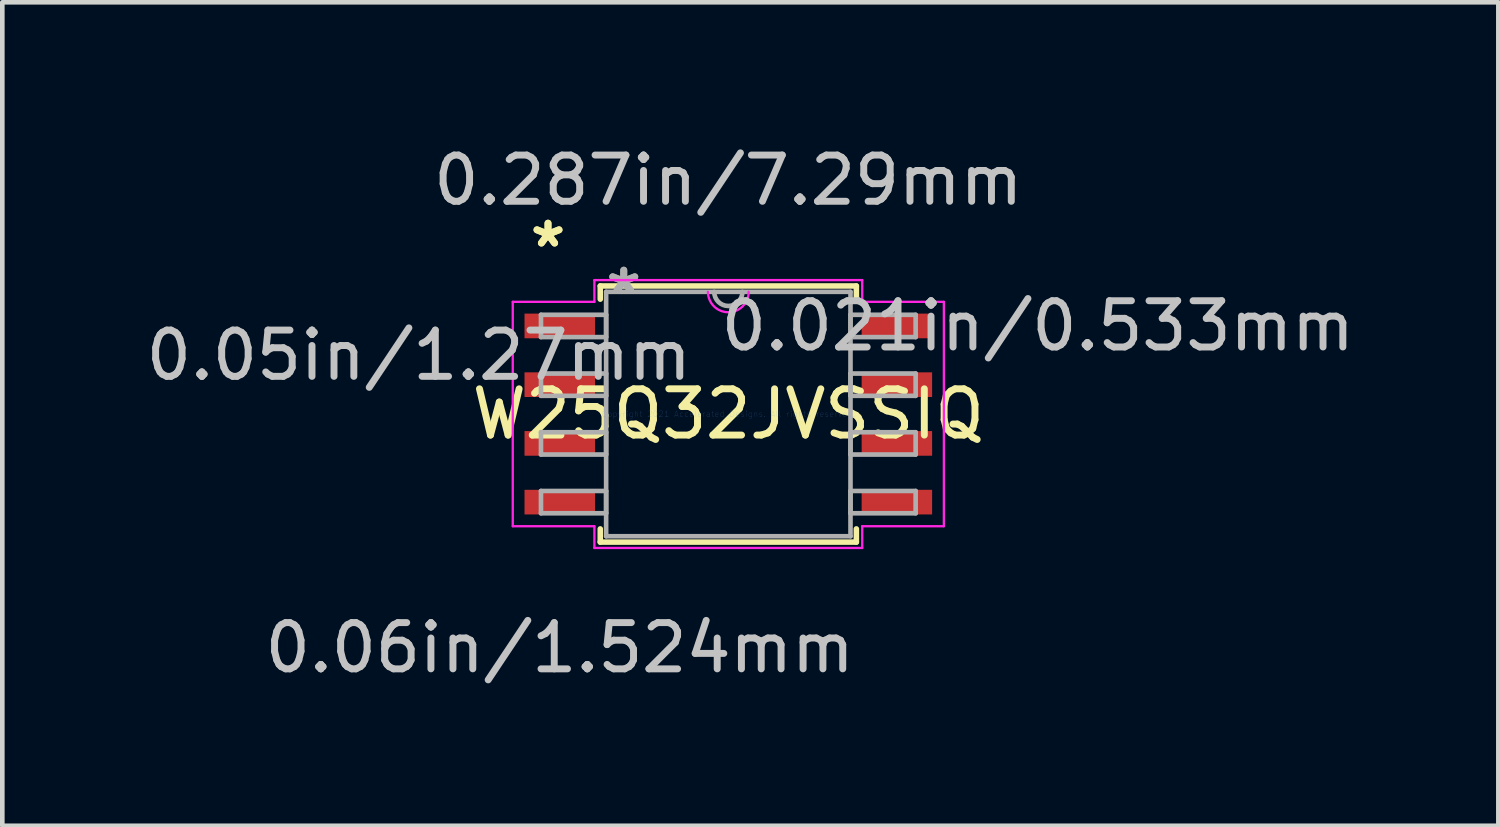
<source format=kicad_pcb>
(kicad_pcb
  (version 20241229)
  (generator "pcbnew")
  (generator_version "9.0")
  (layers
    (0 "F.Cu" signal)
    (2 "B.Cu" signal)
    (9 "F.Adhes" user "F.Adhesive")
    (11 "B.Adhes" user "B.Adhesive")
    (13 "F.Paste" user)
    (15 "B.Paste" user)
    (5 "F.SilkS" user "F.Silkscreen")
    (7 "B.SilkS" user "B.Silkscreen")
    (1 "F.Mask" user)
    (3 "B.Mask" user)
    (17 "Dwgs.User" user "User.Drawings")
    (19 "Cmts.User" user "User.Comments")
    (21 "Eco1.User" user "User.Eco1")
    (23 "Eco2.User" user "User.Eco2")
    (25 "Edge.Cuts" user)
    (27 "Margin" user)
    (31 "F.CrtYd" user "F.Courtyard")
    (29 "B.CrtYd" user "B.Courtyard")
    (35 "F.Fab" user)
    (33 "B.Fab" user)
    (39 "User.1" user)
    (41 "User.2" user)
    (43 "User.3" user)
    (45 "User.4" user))
  (footprint "W25Q32JVSSIQ"
    (layer "F.Cu")
    (at 12.699 5.903)
    (property "Reference" "W25Q32JVSSIQ" (at 0 0 0) (layer "F.SilkS") (effects (font (size 1 1) (thickness 0.15))))
    (attr through_hole)
    (fp_line (start -2.769 -2.769) (end -2.769 -2.484) (stroke (width 0.12) (type solid)) (layer "F.SilkS"))
    (fp_line (start -2.769 2.484) (end -2.769 2.769) (stroke (width 0.12) (type solid)) (layer "F.SilkS"))
    (fp_line (start -2.769 2.769) (end 2.769 2.769) (stroke (width 0.12) (type solid)) (layer "F.SilkS"))
    (fp_line (start 2.769 -2.769) (end -2.769 -2.769) (stroke (width 0.12) (type solid)) (layer "F.SilkS"))
    (fp_line (start 2.769 -2.484) (end 2.769 -2.769) (stroke (width 0.12) (type solid)) (layer "F.SilkS"))
    (fp_line (start 2.769 2.769) (end 2.769 2.484) (stroke (width 0.12) (type solid)) (layer "F.SilkS"))
    (fp_line (start -4.661 -2.426) (end -2.896 -2.426) (stroke (width 0.05) (type solid)) (layer "F.CrtYd"))
    (fp_line (start -4.661 2.426) (end -4.661 -2.426) (stroke (width 0.05) (type solid)) (layer "F.CrtYd"))
    (fp_line (start -2.896 -2.896) (end 2.896 -2.896) (stroke (width 0.05) (type solid)) (layer "F.CrtYd"))
    (fp_line (start -2.896 -2.426) (end -2.896 -2.896) (stroke (width 0.05) (type solid)) (layer "F.CrtYd"))
    (fp_line (start -2.896 2.426) (end -4.661 2.426) (stroke (width 0.05) (type solid)) (layer "F.CrtYd"))
    (fp_line (start -2.896 2.896) (end -2.896 2.426) (stroke (width 0.05) (type solid)) (layer "F.CrtYd"))
    (fp_line (start 2.896 -2.896) (end 2.896 -2.426) (stroke (width 0.05) (type solid)) (layer "F.CrtYd"))
    (fp_line (start 2.896 -2.426) (end 4.661 -2.426) (stroke (width 0.05) (type solid)) (layer "F.CrtYd"))
    (fp_line (start 2.896 2.426) (end 2.896 2.896) (stroke (width 0.05) (type solid)) (layer "F.CrtYd"))
    (fp_line (start 2.896 2.896) (end -2.896 2.896) (stroke (width 0.05) (type solid)) (layer "F.CrtYd"))
    (fp_line (start 4.661 -2.426) (end 4.661 2.426) (stroke (width 0.05) (type solid)) (layer "F.CrtYd"))
    (fp_line (start 4.661 2.426) (end 2.896 2.426) (stroke (width 0.05) (type solid)) (layer "F.CrtYd"))
    (fp_arc (start 0.440267 -2.6416) (mid 0 -2.201333) (end -0.440267 -2.6416) (stroke (width 0.05) (type solid)) (layer "F.CrtYd"))
    (fp_line (start -4.051 -2.146) (end -4.051 -1.664) (stroke (width 0.1) (type solid)) (layer "F.Fab"))
    (fp_line (start -4.051 -1.664) (end -2.642 -1.664) (stroke (width 0.1) (type solid)) (layer "F.Fab"))
    (fp_line (start -4.051 -0.876) (end -4.051 -0.394) (stroke (width 0.1) (type solid)) (layer "F.Fab"))
    (fp_line (start -4.051 -0.394) (end -2.642 -0.394) (stroke (width 0.1) (type solid)) (layer "F.Fab"))
    (fp_line (start -4.051 0.394) (end -4.051 0.876) (stroke (width 0.1) (type solid)) (layer "F.Fab"))
    (fp_line (start -4.051 0.876) (end -2.642 0.876) (stroke (width 0.1) (type solid)) (layer "F.Fab"))
    (fp_line (start -4.051 1.664) (end -4.051 2.146) (stroke (width 0.1) (type solid)) (layer "F.Fab"))
    (fp_line (start -4.051 2.146) (end -2.642 2.146) (stroke (width 0.1) (type solid)) (layer "F.Fab"))
    (fp_line (start -2.642 -2.642) (end -2.642 2.642) (stroke (width 0.1) (type solid)) (layer "F.Fab"))
    (fp_line (start -2.642 -2.146) (end -4.051 -2.146) (stroke (width 0.1) (type solid)) (layer "F.Fab"))
    (fp_line (start -2.642 -1.664) (end -2.642 -2.146) (stroke (width 0.1) (type solid)) (layer "F.Fab"))
    (fp_line (start -2.642 -0.876) (end -4.051 -0.876) (stroke (width 0.1) (type solid)) (layer "F.Fab"))
    (fp_line (start -2.642 -0.394) (end -2.642 -0.876) (stroke (width 0.1) (type solid)) (layer "F.Fab"))
    (fp_line (start -2.642 0.394) (end -4.051 0.394) (stroke (width 0.1) (type solid)) (layer "F.Fab"))
    (fp_line (start -2.642 0.876) (end -2.642 0.394) (stroke (width 0.1) (type solid)) (layer "F.Fab"))
    (fp_line (start -2.642 1.664) (end -4.051 1.664) (stroke (width 0.1) (type solid)) (layer "F.Fab"))
    (fp_line (start -2.642 2.146) (end -2.642 1.664) (stroke (width 0.1) (type solid)) (layer "F.Fab"))
    (fp_line (start -2.642 2.642) (end 2.642 2.642) (stroke (width 0.1) (type solid)) (layer "F.Fab"))
    (fp_line (start 2.642 -2.642) (end -2.642 -2.642) (stroke (width 0.1) (type solid)) (layer "F.Fab"))
    (fp_line (start 2.642 -2.146) (end 2.642 -1.664) (stroke (width 0.1) (type solid)) (layer "F.Fab"))
    (fp_line (start 2.642 -1.664) (end 4.051 -1.664) (stroke (width 0.1) (type solid)) (layer "F.Fab"))
    (fp_line (start 2.642 -0.876) (end 2.642 -0.394) (stroke (width 0.1) (type solid)) (layer "F.Fab"))
    (fp_line (start 2.642 -0.394) (end 4.051 -0.394) (stroke (width 0.1) (type solid)) (layer "F.Fab"))
    (fp_line (start 2.642 0.394) (end 2.642 0.876) (stroke (width 0.1) (type solid)) (layer "F.Fab"))
    (fp_line (start 2.642 0.876) (end 4.051 0.876) (stroke (width 0.1) (type solid)) (layer "F.Fab"))
    (fp_line (start 2.642 1.664) (end 2.642 2.146) (stroke (width 0.1) (type solid)) (layer "F.Fab"))
    (fp_line (start 2.642 2.146) (end 4.051 2.146) (stroke (width 0.1) (type solid)) (layer "F.Fab"))
    (fp_line (start 2.642 2.642) (end 2.642 -2.642) (stroke (width 0.1) (type solid)) (layer "F.Fab"))
    (fp_line (start 4.051 -2.146) (end 2.642 -2.146) (stroke (width 0.1) (type solid)) (layer "F.Fab"))
    (fp_line (start 4.051 -1.664) (end 4.051 -2.146) (stroke (width 0.1) (type solid)) (layer "F.Fab"))
    (fp_line (start 4.051 -0.876) (end 2.642 -0.876) (stroke (width 0.1) (type solid)) (layer "F.Fab"))
    (fp_line (start 4.051 -0.394) (end 4.051 -0.876) (stroke (width 0.1) (type solid)) (layer "F.Fab"))
    (fp_line (start 4.051 0.394) (end 2.642 0.394) (stroke (width 0.1) (type solid)) (layer "F.Fab"))
    (fp_line (start 4.051 0.876) (end 4.051 0.394) (stroke (width 0.1) (type solid)) (layer "F.Fab"))
    (fp_line (start 4.051 1.664) (end 2.642 1.664) (stroke (width 0.1) (type solid)) (layer "F.Fab"))
    (fp_line (start 4.051 2.146) (end 4.051 1.664) (stroke (width 0.1) (type solid)) (layer "F.Fab"))
    (fp_arc (start 0.3048 -2.6416) (mid 0 -2.3368) (end -0.3048 -2.6416) (stroke (width 0.1) (type solid)) (layer "F.Fab"))
    (fp_text user "*" (at -3.899 -3.581 0) (layer "F.SilkS") (effects (font (size 1 1) (thickness 0.15))))
    (fp_text user "*" (at -3.899 -3.581 0) (layer "F.SilkS") (effects (font (size 1 1) (thickness 0.15))))
    (fp_text user "0.287in/7.29mm" (at 0 -5.055 0) (layer "Dwgs.User") (effects (font (size 1 1) (thickness 0.15))))
    (fp_text user "0.05in/1.27mm" (at -6.693 -1.27 0) (layer "Dwgs.User") (effects (font (size 1 1) (thickness 0.15))))
    (fp_text user "0.021in/0.533mm" (at 6.693 -1.905 0) (layer "Dwgs.User") (effects (font (size 1 1) (thickness 0.15))))
    (fp_text user "0.06in/1.524mm" (at -3.645 5.055 0) (layer "Dwgs.User") (effects (font (size 1 1) (thickness 0.15))))
    (fp_text user "Copyright 2021 Accelerated Designs. All rights reserved." (at 0 0 0) (layer "Cmts.User") (effects (font (size 0.127 0.127) (thickness 0.002))))
    (fp_text user "*" (at -2.261 -2.565 0) (layer "F.Fab") (effects (font (size 1 1) (thickness 0.15))))
    (fp_text user "*" (at -2.261 -2.565 0) (layer "F.Fab") (effects (font (size 1 1) (thickness 0.15))))
    (pad "1" smd rect (at -3.645 -1.905) (size 1.524 0.533) (layers "F.Cu" "F.Mask" "F.Paste"))
    (pad "2" smd rect (at -3.645 -0.635) (size 1.524 0.533) (layers "F.Cu" "F.Mask" "F.Paste"))
    (pad "3" smd rect (at -3.645 0.635) (size 1.524 0.533) (layers "F.Cu" "F.Mask" "F.Paste"))
    (pad "4" smd rect (at -3.645 1.905) (size 1.524 0.533) (layers "F.Cu" "F.Mask" "F.Paste"))
    (pad "5" smd rect (at 3.645 1.905) (size 1.524 0.533) (layers "F.Cu" "F.Mask" "F.Paste"))
    (pad "6" smd rect (at 3.645 0.635) (size 1.524 0.533) (layers "F.Cu" "F.Mask" "F.Paste"))
    (pad "7" smd rect (at 3.645 -0.635) (size 1.524 0.533) (layers "F.Cu" "F.Mask" "F.Paste"))
    (pad "8" smd rect (at 3.645 -1.905) (size 1.524 0.533) (layers "F.Cu" "F.Mask" "F.Paste")))
  (gr_rect
    (start -3 -3)
    (end 29.35 14.806)
    (stroke (width 0.1) (type default))
    (fill no)
    (layer "Edge.Cuts")))
</source>
